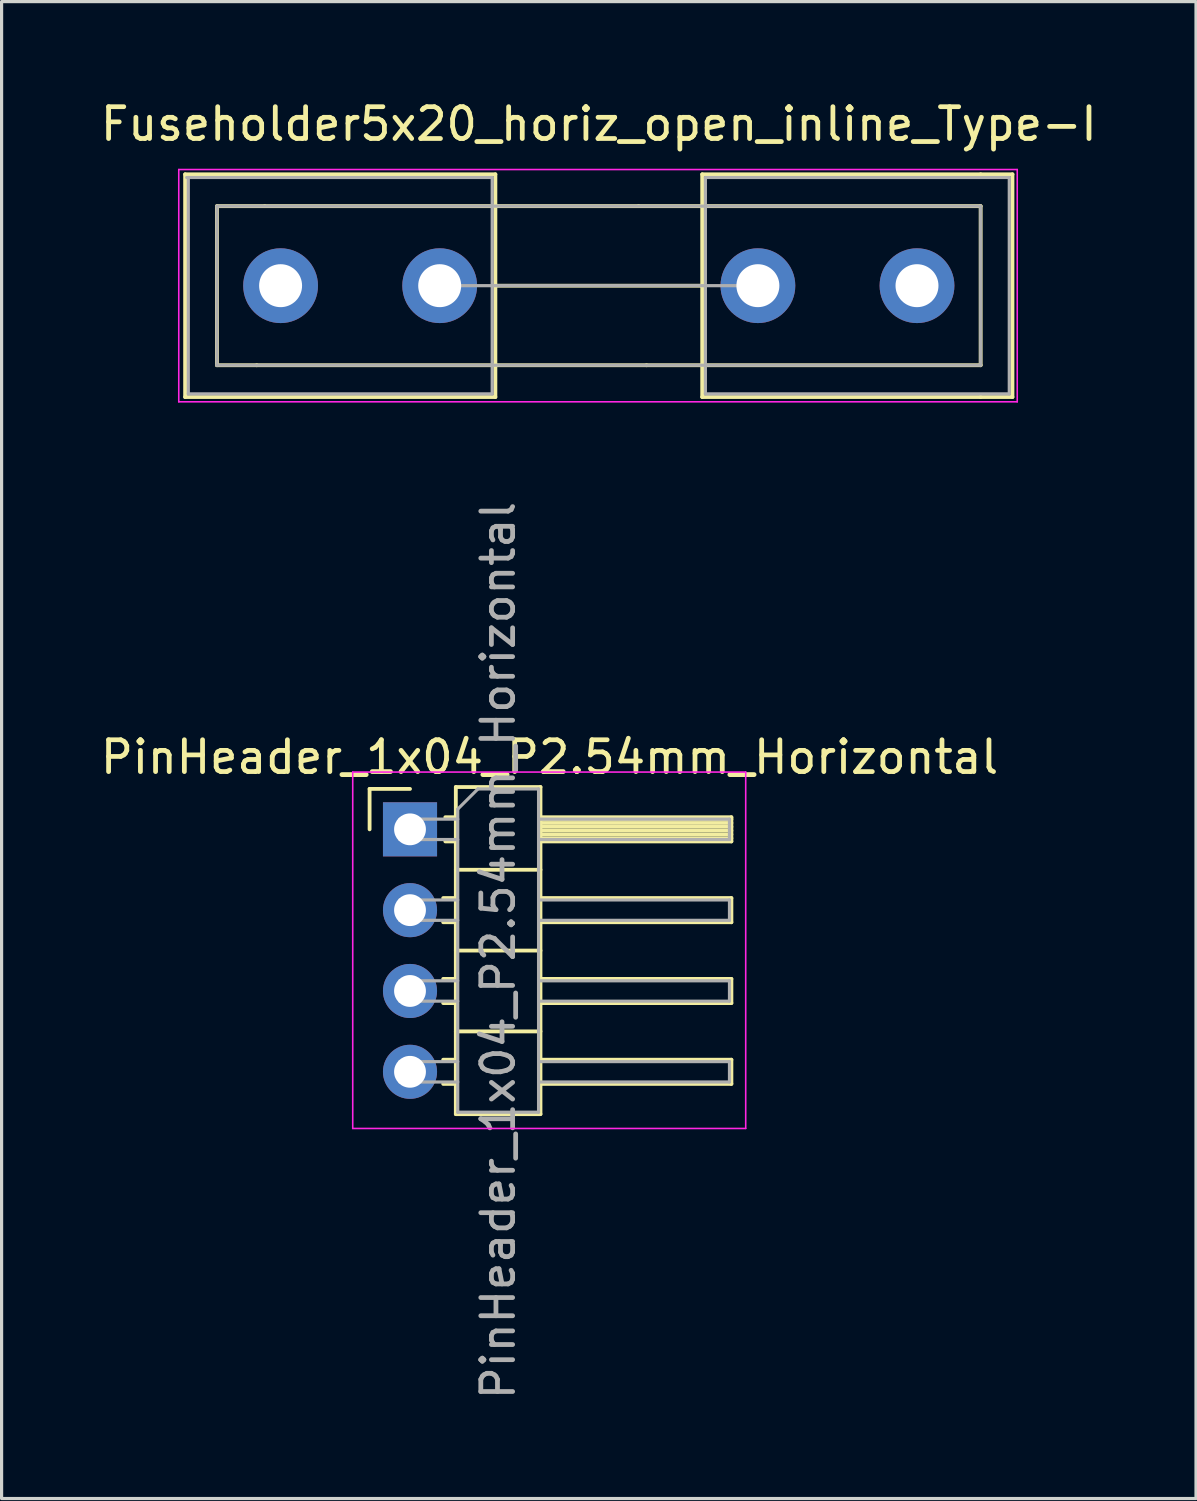
<source format=kicad_pcb>
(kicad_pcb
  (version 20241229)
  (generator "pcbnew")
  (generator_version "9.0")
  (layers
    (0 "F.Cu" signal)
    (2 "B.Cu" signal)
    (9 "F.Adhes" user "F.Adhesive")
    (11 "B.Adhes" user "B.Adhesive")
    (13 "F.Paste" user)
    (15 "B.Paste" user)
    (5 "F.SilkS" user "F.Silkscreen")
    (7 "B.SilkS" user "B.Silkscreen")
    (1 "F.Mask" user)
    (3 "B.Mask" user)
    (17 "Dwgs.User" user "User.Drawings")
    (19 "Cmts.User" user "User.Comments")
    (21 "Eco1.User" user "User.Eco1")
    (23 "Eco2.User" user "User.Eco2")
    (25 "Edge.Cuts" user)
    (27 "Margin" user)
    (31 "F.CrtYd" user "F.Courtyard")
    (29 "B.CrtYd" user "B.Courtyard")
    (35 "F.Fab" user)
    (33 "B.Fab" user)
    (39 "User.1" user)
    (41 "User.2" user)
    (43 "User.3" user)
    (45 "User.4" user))
  (footprint "PinHeader_1x04_P2.54mm_Horizontal"
    (layer "F.Cu")
    (at 9.835 23.013)
    (property "Reference" "PinHeader_1x04_P2.54mm_Horizontal" (at 4.385 -2.27 0) (layer "F.SilkS") (effects (font (size 1 1) (thickness 0.15))))
    (attr through_hole)
    (fp_line (start -1.27 -1.27) (end 0 -1.27) (stroke (width 0.12) (type solid)) (layer "F.SilkS"))
    (fp_line (start -1.27 0) (end -1.27 -1.27) (stroke (width 0.12) (type solid)) (layer "F.SilkS"))
    (fp_line (start 1.043 2.16) (end 1.44 2.16) (stroke (width 0.12) (type solid)) (layer "F.SilkS"))
    (fp_line (start 1.043 2.92) (end 1.44 2.92) (stroke (width 0.12) (type solid)) (layer "F.SilkS"))
    (fp_line (start 1.043 4.7) (end 1.44 4.7) (stroke (width 0.12) (type solid)) (layer "F.SilkS"))
    (fp_line (start 1.043 5.46) (end 1.44 5.46) (stroke (width 0.12) (type solid)) (layer "F.SilkS"))
    (fp_line (start 1.043 7.24) (end 1.44 7.24) (stroke (width 0.12) (type solid)) (layer "F.SilkS"))
    (fp_line (start 1.043 8) (end 1.44 8) (stroke (width 0.12) (type solid)) (layer "F.SilkS"))
    (fp_line (start 1.11 -0.38) (end 1.44 -0.38) (stroke (width 0.12) (type solid)) (layer "F.SilkS"))
    (fp_line (start 1.11 0.38) (end 1.44 0.38) (stroke (width 0.12) (type solid)) (layer "F.SilkS"))
    (fp_line (start 1.44 -1.33) (end 1.44 8.95) (stroke (width 0.12) (type solid)) (layer "F.SilkS"))
    (fp_line (start 1.44 1.27) (end 4.1 1.27) (stroke (width 0.12) (type solid)) (layer "F.SilkS"))
    (fp_line (start 1.44 3.81) (end 4.1 3.81) (stroke (width 0.12) (type solid)) (layer "F.SilkS"))
    (fp_line (start 1.44 6.35) (end 4.1 6.35) (stroke (width 0.12) (type solid)) (layer "F.SilkS"))
    (fp_line (start 1.44 8.95) (end 4.1 8.95) (stroke (width 0.12) (type solid)) (layer "F.SilkS"))
    (fp_line (start 4.1 -1.33) (end 1.44 -1.33) (stroke (width 0.12) (type solid)) (layer "F.SilkS"))
    (fp_line (start 4.1 -0.38) (end 10.1 -0.38) (stroke (width 0.12) (type solid)) (layer "F.SilkS"))
    (fp_line (start 4.1 -0.32) (end 10.1 -0.32) (stroke (width 0.12) (type solid)) (layer "F.SilkS"))
    (fp_line (start 4.1 -0.2) (end 10.1 -0.2) (stroke (width 0.12) (type solid)) (layer "F.SilkS"))
    (fp_line (start 4.1 -0.08) (end 10.1 -0.08) (stroke (width 0.12) (type solid)) (layer "F.SilkS"))
    (fp_line (start 4.1 0.04) (end 10.1 0.04) (stroke (width 0.12) (type solid)) (layer "F.SilkS"))
    (fp_line (start 4.1 0.16) (end 10.1 0.16) (stroke (width 0.12) (type solid)) (layer "F.SilkS"))
    (fp_line (start 4.1 0.28) (end 10.1 0.28) (stroke (width 0.12) (type solid)) (layer "F.SilkS"))
    (fp_line (start 4.1 2.16) (end 10.1 2.16) (stroke (width 0.12) (type solid)) (layer "F.SilkS"))
    (fp_line (start 4.1 4.7) (end 10.1 4.7) (stroke (width 0.12) (type solid)) (layer "F.SilkS"))
    (fp_line (start 4.1 7.24) (end 10.1 7.24) (stroke (width 0.12) (type solid)) (layer "F.SilkS"))
    (fp_line (start 4.1 8.95) (end 4.1 -1.33) (stroke (width 0.12) (type solid)) (layer "F.SilkS"))
    (fp_line (start 10.1 -0.38) (end 10.1 0.38) (stroke (width 0.12) (type solid)) (layer "F.SilkS"))
    (fp_line (start 10.1 0.38) (end 4.1 0.38) (stroke (width 0.12) (type solid)) (layer "F.SilkS"))
    (fp_line (start 10.1 2.16) (end 10.1 2.92) (stroke (width 0.12) (type solid)) (layer "F.SilkS"))
    (fp_line (start 10.1 2.92) (end 4.1 2.92) (stroke (width 0.12) (type solid)) (layer "F.SilkS"))
    (fp_line (start 10.1 4.7) (end 10.1 5.46) (stroke (width 0.12) (type solid)) (layer "F.SilkS"))
    (fp_line (start 10.1 5.46) (end 4.1 5.46) (stroke (width 0.12) (type solid)) (layer "F.SilkS"))
    (fp_line (start 10.1 7.24) (end 10.1 8) (stroke (width 0.12) (type solid)) (layer "F.SilkS"))
    (fp_line (start 10.1 8) (end 4.1 8) (stroke (width 0.12) (type solid)) (layer "F.SilkS"))
    (fp_line (start -1.8 -1.8) (end -1.8 9.4) (stroke (width 0.05) (type solid)) (layer "F.CrtYd"))
    (fp_line (start -1.8 9.4) (end 10.55 9.4) (stroke (width 0.05) (type solid)) (layer "F.CrtYd"))
    (fp_line (start 10.55 -1.8) (end -1.8 -1.8) (stroke (width 0.05) (type solid)) (layer "F.CrtYd"))
    (fp_line (start 10.55 9.4) (end 10.55 -1.8) (stroke (width 0.05) (type solid)) (layer "F.CrtYd"))
    (fp_line (start -0.32 -0.32) (end -0.32 0.32) (stroke (width 0.1) (type solid)) (layer "F.Fab"))
    (fp_line (start -0.32 -0.32) (end 1.5 -0.32) (stroke (width 0.1) (type solid)) (layer "F.Fab"))
    (fp_line (start -0.32 0.32) (end 1.5 0.32) (stroke (width 0.1) (type solid)) (layer "F.Fab"))
    (fp_line (start -0.32 2.22) (end -0.32 2.86) (stroke (width 0.1) (type solid)) (layer "F.Fab"))
    (fp_line (start -0.32 2.22) (end 1.5 2.22) (stroke (width 0.1) (type solid)) (layer "F.Fab"))
    (fp_line (start -0.32 2.86) (end 1.5 2.86) (stroke (width 0.1) (type solid)) (layer "F.Fab"))
    (fp_line (start -0.32 4.76) (end -0.32 5.4) (stroke (width 0.1) (type solid)) (layer "F.Fab"))
    (fp_line (start -0.32 4.76) (end 1.5 4.76) (stroke (width 0.1) (type solid)) (layer "F.Fab"))
    (fp_line (start -0.32 5.4) (end 1.5 5.4) (stroke (width 0.1) (type solid)) (layer "F.Fab"))
    (fp_line (start -0.32 7.3) (end -0.32 7.94) (stroke (width 0.1) (type solid)) (layer "F.Fab"))
    (fp_line (start -0.32 7.3) (end 1.5 7.3) (stroke (width 0.1) (type solid)) (layer "F.Fab"))
    (fp_line (start -0.32 7.94) (end 1.5 7.94) (stroke (width 0.1) (type solid)) (layer "F.Fab"))
    (fp_line (start 1.5 -0.635) (end 2.135 -1.27) (stroke (width 0.1) (type solid)) (layer "F.Fab"))
    (fp_line (start 1.5 8.89) (end 1.5 -0.635) (stroke (width 0.1) (type solid)) (layer "F.Fab"))
    (fp_line (start 2.135 -1.27) (end 4.04 -1.27) (stroke (width 0.1) (type solid)) (layer "F.Fab"))
    (fp_line (start 4.04 -1.27) (end 4.04 8.89) (stroke (width 0.1) (type solid)) (layer "F.Fab"))
    (fp_line (start 4.04 -0.32) (end 10.04 -0.32) (stroke (width 0.1) (type solid)) (layer "F.Fab"))
    (fp_line (start 4.04 0.32) (end 10.04 0.32) (stroke (width 0.1) (type solid)) (layer "F.Fab"))
    (fp_line (start 4.04 2.22) (end 10.04 2.22) (stroke (width 0.1) (type solid)) (layer "F.Fab"))
    (fp_line (start 4.04 2.86) (end 10.04 2.86) (stroke (width 0.1) (type solid)) (layer "F.Fab"))
    (fp_line (start 4.04 4.76) (end 10.04 4.76) (stroke (width 0.1) (type solid)) (layer "F.Fab"))
    (fp_line (start 4.04 5.4) (end 10.04 5.4) (stroke (width 0.1) (type solid)) (layer "F.Fab"))
    (fp_line (start 4.04 7.3) (end 10.04 7.3) (stroke (width 0.1) (type solid)) (layer "F.Fab"))
    (fp_line (start 4.04 7.94) (end 10.04 7.94) (stroke (width 0.1) (type solid)) (layer "F.Fab"))
    (fp_line (start 4.04 8.89) (end 1.5 8.89) (stroke (width 0.1) (type solid)) (layer "F.Fab"))
    (fp_line (start 10.04 -0.32) (end 10.04 0.32) (stroke (width 0.1) (type solid)) (layer "F.Fab"))
    (fp_line (start 10.04 2.22) (end 10.04 2.86) (stroke (width 0.1) (type solid)) (layer "F.Fab"))
    (fp_line (start 10.04 4.76) (end 10.04 5.4) (stroke (width 0.1) (type solid)) (layer "F.Fab"))
    (fp_line (start 10.04 7.3) (end 10.04 7.94) (stroke (width 0.1) (type solid)) (layer "F.Fab"))
    (fp_text user "${REFERENCE}" (at 2.77 3.81 90) (layer "F.Fab") (effects (font (size 1 1) (thickness 0.15))))
    (pad "1" thru_hole rect (at 0 0) (size 1.7 1.7) (drill 1) (layers "*.Cu" "*.Mask"))
    (pad "2" thru_hole oval (at 0 2.54) (size 1.7 1.7) (drill 1) (layers "*.Cu" "*.Mask"))
    (pad "3" thru_hole oval (at 0 5.08) (size 1.7 1.7) (drill 1) (layers "*.Cu" "*.Mask"))
    (pad "4" thru_hole oval (at 0 7.62) (size 1.7 1.7) (drill 1) (layers "*.Cu" "*.Mask")))
  (footprint "Fuseholder5x20_horiz_open_inline_Type-I"
    (layer "F.Cu")
    (at 5.768 5.928)
    (property "Reference" "Fuseholder5x20_horiz_open_inline_Type-I" (at 10 -5.08 0) (layer "F.SilkS") (effects (font (size 1 1) (thickness 0.15))))
    (attr through_hole)
    (fp_line (start -3 -3.5) (end -3 3.5) (stroke (width 0.12) (type solid)) (layer "F.SilkS"))
    (fp_line (start -2 -2.5) (end -2 2.5) (stroke (width 0.12) (type solid)) (layer "F.SilkS"))
    (fp_line (start -0.75 2.5) (end -2 2.5) (stroke (width 0.12) (type solid)) (layer "F.SilkS"))
    (fp_line (start -0.5 -2.5) (end -2 -2.5) (stroke (width 0.12) (type solid)) (layer "F.SilkS"))
    (fp_line (start 6.75 -3.5) (end -3 -3.5) (stroke (width 0.12) (type solid)) (layer "F.SilkS"))
    (fp_line (start 6.75 -3.5) (end 6.75 3.5) (stroke (width 0.12) (type solid)) (layer "F.SilkS"))
    (fp_line (start 6.75 3.5) (end -3 3.5) (stroke (width 0.12) (type solid)) (layer "F.SilkS"))
    (fp_line (start 11.25 -2.5) (end -0.5 -2.5) (stroke (width 0.12) (type solid)) (layer "F.SilkS"))
    (fp_line (start 11.5 2.5) (end -0.75 2.5) (stroke (width 0.12) (type solid)) (layer "F.SilkS"))
    (fp_line (start 13.25 -3.5) (end 13.25 3.5) (stroke (width 0.12) (type solid)) (layer "F.SilkS"))
    (fp_line (start 13.25 0) (end 6.75 0) (stroke (width 0.12) (type solid)) (layer "F.SilkS"))
    (fp_line (start 22 -3.5) (end 13.25 -3.5) (stroke (width 0.12) (type solid)) (layer "F.SilkS"))
    (fp_line (start 22 -2.5) (end 11.25 -2.5) (stroke (width 0.12) (type solid)) (layer "F.SilkS"))
    (fp_line (start 22 -2.5) (end 22 2.5) (stroke (width 0.12) (type solid)) (layer "F.SilkS"))
    (fp_line (start 22 2.5) (end 11.5 2.5) (stroke (width 0.12) (type solid)) (layer "F.SilkS"))
    (fp_line (start 22 3.5) (end 13.25 3.5) (stroke (width 0.12) (type solid)) (layer "F.SilkS"))
    (fp_line (start 23 -3.5) (end 22 -3.5) (stroke (width 0.12) (type solid)) (layer "F.SilkS"))
    (fp_line (start 23 -3.5) (end 23 3.5) (stroke (width 0.12) (type solid)) (layer "F.SilkS"))
    (fp_line (start 23 3.5) (end 22 3.5) (stroke (width 0.12) (type solid)) (layer "F.SilkS"))
    (fp_line (start -3.2 -3.65) (end -3.2 3.65) (stroke (width 0.05) (type solid)) (layer "F.CrtYd"))
    (fp_line (start -3.2 -3.65) (end 23.15 -3.65) (stroke (width 0.05) (type solid)) (layer "F.CrtYd"))
    (fp_line (start 23.15 3.65) (end -3.2 3.65) (stroke (width 0.05) (type solid)) (layer "F.CrtYd"))
    (fp_line (start 23.15 3.65) (end 23.15 -3.65) (stroke (width 0.05) (type solid)) (layer "F.CrtYd"))
    (fp_line (start -2.95 -3.4) (end 6.65 -3.4) (stroke (width 0.1) (type solid)) (layer "F.Fab"))
    (fp_line (start -2.9 3.4) (end -2.9 -3.4) (stroke (width 0.1) (type solid)) (layer "F.Fab"))
    (fp_line (start -2 -2.5) (end 22 -2.5) (stroke (width 0.1) (type solid)) (layer "F.Fab"))
    (fp_line (start -2 2.5) (end -2 -2.5) (stroke (width 0.1) (type solid)) (layer "F.Fab"))
    (fp_line (start 5 0) (end 15 0) (stroke (width 0.1) (type solid)) (layer "F.Fab"))
    (fp_line (start 6.65 -3.4) (end 6.65 3.4) (stroke (width 0.1) (type solid)) (layer "F.Fab"))
    (fp_line (start 6.65 3.4) (end -2.9 3.4) (stroke (width 0.1) (type solid)) (layer "F.Fab"))
    (fp_line (start 13.35 -3.4) (end 13.35 3.4) (stroke (width 0.1) (type solid)) (layer "F.Fab"))
    (fp_line (start 13.35 3.4) (end 22.9 3.4) (stroke (width 0.1) (type solid)) (layer "F.Fab"))
    (fp_line (start 22 -2.5) (end 22 2.5) (stroke (width 0.1) (type solid)) (layer "F.Fab"))
    (fp_line (start 22 2.5) (end -2 2.5) (stroke (width 0.1) (type solid)) (layer "F.Fab"))
    (fp_line (start 22.9 -3.4) (end 13.35 -3.4) (stroke (width 0.1) (type solid)) (layer "F.Fab"))
    (fp_line (start 22.9 3.4) (end 22.9 -3.4) (stroke (width 0.1) (type solid)) (layer "F.Fab"))
    (pad "1" thru_hole circle (at 0 0) (size 2.35 2.35) (drill 1.35) (layers "*.Cu" "*.Mask"))
    (pad "1" thru_hole circle (at 5 0) (size 2.35 2.35) (drill 1.35) (layers "*.Cu" "*.Mask"))
    (pad "2" thru_hole circle (at 15 0) (size 2.35 2.35) (drill 1.35) (layers "*.Cu" "*.Mask"))
    (pad "2" thru_hole circle (at 20 0) (size 2.35 2.35) (drill 1.35) (layers "*.Cu" "*.Mask")))
  (gr_rect
    (start -3 -3)
    (end 34.536 44.044)
    (stroke (width 0.1) (type default))
    (fill no)
    (layer "Edge.Cuts")))
</source>
